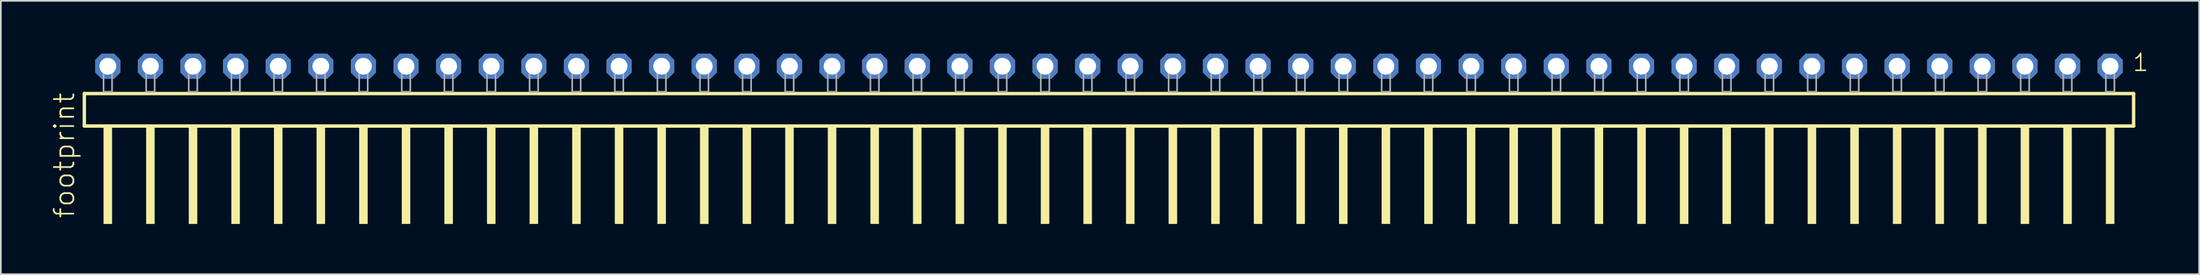
<source format=kicad_pcb>
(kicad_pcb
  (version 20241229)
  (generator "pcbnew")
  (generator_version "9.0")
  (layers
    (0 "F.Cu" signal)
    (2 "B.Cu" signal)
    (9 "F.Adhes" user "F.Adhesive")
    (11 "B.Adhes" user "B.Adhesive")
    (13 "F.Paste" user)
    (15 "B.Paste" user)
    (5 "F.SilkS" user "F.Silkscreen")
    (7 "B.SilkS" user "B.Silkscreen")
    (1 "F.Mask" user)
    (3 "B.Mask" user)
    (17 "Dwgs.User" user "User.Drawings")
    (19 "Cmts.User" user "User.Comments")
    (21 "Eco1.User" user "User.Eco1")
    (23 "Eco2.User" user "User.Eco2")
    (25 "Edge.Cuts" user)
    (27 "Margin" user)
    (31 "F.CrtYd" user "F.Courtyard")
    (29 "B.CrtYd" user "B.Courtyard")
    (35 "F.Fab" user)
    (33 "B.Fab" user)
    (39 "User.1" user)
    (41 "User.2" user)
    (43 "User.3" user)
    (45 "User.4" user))
  (footprint "footprint"
    (layer "F.Cu")
    (at 63.068 2.428)
    (property "Reference" "footprint" (at -61.595 7.62 90) (layer "F.SilkS") (effects (font (size 1.168 1.168) (thickness 0.102)) (justify left bottom)))
    (fp_line (start -61.089 0.106) (end -61.089 2.046) (stroke (width 0.203) (type solid)) (layer "F.SilkS"))
    (fp_line (start -61.089 2.046) (end 61.089 2.046) (stroke (width 0.203) (type solid)) (layer "F.SilkS"))
    (fp_line (start 61.089 0.106) (end -61.089 0.106) (stroke (width 0.203) (type solid)) (layer "F.SilkS"))
    (fp_line (start 61.089 2.046) (end 61.089 0.106) (stroke (width 0.203) (type solid)) (layer "F.SilkS"))
    (fp_poly (pts (xy -59.944 7.89) (xy -59.436 7.89) (xy -59.436 2.04) (xy -59.944 2.04)) (stroke (width 0) (type solid)) (fill yes) (layer "F.SilkS"))
    (fp_poly (pts (xy -57.404 7.89) (xy -56.896 7.89) (xy -56.896 2.04) (xy -57.404 2.04)) (stroke (width 0) (type solid)) (fill yes) (layer "F.SilkS"))
    (fp_poly (pts (xy -54.864 7.89) (xy -54.356 7.89) (xy -54.356 2.04) (xy -54.864 2.04)) (stroke (width 0) (type solid)) (fill yes) (layer "F.SilkS"))
    (fp_poly (pts (xy -52.324 7.89) (xy -51.816 7.89) (xy -51.816 2.04) (xy -52.324 2.04)) (stroke (width 0) (type solid)) (fill yes) (layer "F.SilkS"))
    (fp_poly (pts (xy -49.784 7.89) (xy -49.276 7.89) (xy -49.276 2.04) (xy -49.784 2.04)) (stroke (width 0) (type solid)) (fill yes) (layer "F.SilkS"))
    (fp_poly (pts (xy -47.244 7.89) (xy -46.736 7.89) (xy -46.736 2.04) (xy -47.244 2.04)) (stroke (width 0) (type solid)) (fill yes) (layer "F.SilkS"))
    (fp_poly (pts (xy -44.704 7.89) (xy -44.196 7.89) (xy -44.196 2.04) (xy -44.704 2.04)) (stroke (width 0) (type solid)) (fill yes) (layer "F.SilkS"))
    (fp_poly (pts (xy -42.164 7.89) (xy -41.656 7.89) (xy -41.656 2.04) (xy -42.164 2.04)) (stroke (width 0) (type solid)) (fill yes) (layer "F.SilkS"))
    (fp_poly (pts (xy -39.624 7.89) (xy -39.116 7.89) (xy -39.116 2.04) (xy -39.624 2.04)) (stroke (width 0) (type solid)) (fill yes) (layer "F.SilkS"))
    (fp_poly (pts (xy -37.084 7.89) (xy -36.576 7.89) (xy -36.576 2.04) (xy -37.084 2.04)) (stroke (width 0) (type solid)) (fill yes) (layer "F.SilkS"))
    (fp_poly (pts (xy -34.544 7.89) (xy -34.036 7.89) (xy -34.036 2.04) (xy -34.544 2.04)) (stroke (width 0) (type solid)) (fill yes) (layer "F.SilkS"))
    (fp_poly (pts (xy -32.004 7.89) (xy -31.496 7.89) (xy -31.496 2.04) (xy -32.004 2.04)) (stroke (width 0) (type solid)) (fill yes) (layer "F.SilkS"))
    (fp_poly (pts (xy -29.464 7.89) (xy -28.956 7.89) (xy -28.956 2.04) (xy -29.464 2.04)) (stroke (width 0) (type solid)) (fill yes) (layer "F.SilkS"))
    (fp_poly (pts (xy -26.924 7.89) (xy -26.416 7.89) (xy -26.416 2.04) (xy -26.924 2.04)) (stroke (width 0) (type solid)) (fill yes) (layer "F.SilkS"))
    (fp_poly (pts (xy -24.384 7.89) (xy -23.876 7.89) (xy -23.876 2.04) (xy -24.384 2.04)) (stroke (width 0) (type solid)) (fill yes) (layer "F.SilkS"))
    (fp_poly (pts (xy -21.844 7.89) (xy -21.336 7.89) (xy -21.336 2.04) (xy -21.844 2.04)) (stroke (width 0) (type solid)) (fill yes) (layer "F.SilkS"))
    (fp_poly (pts (xy -19.304 7.89) (xy -18.796 7.89) (xy -18.796 2.04) (xy -19.304 2.04)) (stroke (width 0) (type solid)) (fill yes) (layer "F.SilkS"))
    (fp_poly (pts (xy -16.764 7.89) (xy -16.256 7.89) (xy -16.256 2.04) (xy -16.764 2.04)) (stroke (width 0) (type solid)) (fill yes) (layer "F.SilkS"))
    (fp_poly (pts (xy -14.224 7.89) (xy -13.716 7.89) (xy -13.716 2.04) (xy -14.224 2.04)) (stroke (width 0) (type solid)) (fill yes) (layer "F.SilkS"))
    (fp_poly (pts (xy -11.684 7.89) (xy -11.176 7.89) (xy -11.176 2.04) (xy -11.684 2.04)) (stroke (width 0) (type solid)) (fill yes) (layer "F.SilkS"))
    (fp_poly (pts (xy -9.144 7.89) (xy -8.636 7.89) (xy -8.636 2.04) (xy -9.144 2.04)) (stroke (width 0) (type solid)) (fill yes) (layer "F.SilkS"))
    (fp_poly (pts (xy -6.604 7.89) (xy -6.096 7.89) (xy -6.096 2.04) (xy -6.604 2.04)) (stroke (width 0) (type solid)) (fill yes) (layer "F.SilkS"))
    (fp_poly (pts (xy -4.064 7.89) (xy -3.556 7.89) (xy -3.556 2.04) (xy -4.064 2.04)) (stroke (width 0) (type solid)) (fill yes) (layer "F.SilkS"))
    (fp_poly (pts (xy -1.524 7.89) (xy -1.016 7.89) (xy -1.016 2.04) (xy -1.524 2.04)) (stroke (width 0) (type solid)) (fill yes) (layer "F.SilkS"))
    (fp_poly (pts (xy 1.016 7.89) (xy 1.524 7.89) (xy 1.524 2.04) (xy 1.016 2.04)) (stroke (width 0) (type solid)) (fill yes) (layer "F.SilkS"))
    (fp_poly (pts (xy 3.556 7.89) (xy 4.064 7.89) (xy 4.064 2.04) (xy 3.556 2.04)) (stroke (width 0) (type solid)) (fill yes) (layer "F.SilkS"))
    (fp_poly (pts (xy 6.096 7.89) (xy 6.604 7.89) (xy 6.604 2.04) (xy 6.096 2.04)) (stroke (width 0) (type solid)) (fill yes) (layer "F.SilkS"))
    (fp_poly (pts (xy 8.636 7.89) (xy 9.144 7.89) (xy 9.144 2.04) (xy 8.636 2.04)) (stroke (width 0) (type solid)) (fill yes) (layer "F.SilkS"))
    (fp_poly (pts (xy 11.176 7.89) (xy 11.684 7.89) (xy 11.684 2.04) (xy 11.176 2.04)) (stroke (width 0) (type solid)) (fill yes) (layer "F.SilkS"))
    (fp_poly (pts (xy 13.716 7.89) (xy 14.224 7.89) (xy 14.224 2.04) (xy 13.716 2.04)) (stroke (width 0) (type solid)) (fill yes) (layer "F.SilkS"))
    (fp_poly (pts (xy 16.256 7.89) (xy 16.764 7.89) (xy 16.764 2.04) (xy 16.256 2.04)) (stroke (width 0) (type solid)) (fill yes) (layer "F.SilkS"))
    (fp_poly (pts (xy 18.796 7.89) (xy 19.304 7.89) (xy 19.304 2.04) (xy 18.796 2.04)) (stroke (width 0) (type solid)) (fill yes) (layer "F.SilkS"))
    (fp_poly (pts (xy 21.336 7.89) (xy 21.844 7.89) (xy 21.844 2.04) (xy 21.336 2.04)) (stroke (width 0) (type solid)) (fill yes) (layer "F.SilkS"))
    (fp_poly (pts (xy 23.876 7.89) (xy 24.384 7.89) (xy 24.384 2.04) (xy 23.876 2.04)) (stroke (width 0) (type solid)) (fill yes) (layer "F.SilkS"))
    (fp_poly (pts (xy 26.416 7.89) (xy 26.924 7.89) (xy 26.924 2.04) (xy 26.416 2.04)) (stroke (width 0) (type solid)) (fill yes) (layer "F.SilkS"))
    (fp_poly (pts (xy 28.956 7.89) (xy 29.464 7.89) (xy 29.464 2.04) (xy 28.956 2.04)) (stroke (width 0) (type solid)) (fill yes) (layer "F.SilkS"))
    (fp_poly (pts (xy 31.496 7.89) (xy 32.004 7.89) (xy 32.004 2.04) (xy 31.496 2.04)) (stroke (width 0) (type solid)) (fill yes) (layer "F.SilkS"))
    (fp_poly (pts (xy 34.036 7.89) (xy 34.544 7.89) (xy 34.544 2.04) (xy 34.036 2.04)) (stroke (width 0) (type solid)) (fill yes) (layer "F.SilkS"))
    (fp_poly (pts (xy 36.576 7.89) (xy 37.084 7.89) (xy 37.084 2.04) (xy 36.576 2.04)) (stroke (width 0) (type solid)) (fill yes) (layer "F.SilkS"))
    (fp_poly (pts (xy 39.116 7.89) (xy 39.624 7.89) (xy 39.624 2.04) (xy 39.116 2.04)) (stroke (width 0) (type solid)) (fill yes) (layer "F.SilkS"))
    (fp_poly (pts (xy 41.656 7.89) (xy 42.164 7.89) (xy 42.164 2.04) (xy 41.656 2.04)) (stroke (width 0) (type solid)) (fill yes) (layer "F.SilkS"))
    (fp_poly (pts (xy 44.196 7.89) (xy 44.704 7.89) (xy 44.704 2.04) (xy 44.196 2.04)) (stroke (width 0) (type solid)) (fill yes) (layer "F.SilkS"))
    (fp_poly (pts (xy 46.736 7.89) (xy 47.244 7.89) (xy 47.244 2.04) (xy 46.736 2.04)) (stroke (width 0) (type solid)) (fill yes) (layer "F.SilkS"))
    (fp_poly (pts (xy 49.276 7.89) (xy 49.784 7.89) (xy 49.784 2.04) (xy 49.276 2.04)) (stroke (width 0) (type solid)) (fill yes) (layer "F.SilkS"))
    (fp_poly (pts (xy 51.816 7.89) (xy 52.324 7.89) (xy 52.324 2.04) (xy 51.816 2.04)) (stroke (width 0) (type solid)) (fill yes) (layer "F.SilkS"))
    (fp_poly (pts (xy 54.356 7.89) (xy 54.864 7.89) (xy 54.864 2.04) (xy 54.356 2.04)) (stroke (width 0) (type solid)) (fill yes) (layer "F.SilkS"))
    (fp_poly (pts (xy 56.896 7.89) (xy 57.404 7.89) (xy 57.404 2.04) (xy 56.896 2.04)) (stroke (width 0) (type solid)) (fill yes) (layer "F.SilkS"))
    (fp_poly (pts (xy 59.436 7.89) (xy 59.944 7.89) (xy 59.944 2.04) (xy 59.436 2.04)) (stroke (width 0) (type solid)) (fill yes) (layer "F.SilkS"))
    (fp_poly (pts (xy -59.944 0) (xy -59.436 0) (xy -59.436 -1.778) (xy -59.944 -1.778)) (stroke (width 0.1) (type solid)) (fill no) (layer "F.Fab"))
    (fp_poly (pts (xy -57.404 0) (xy -56.896 0) (xy -56.896 -1.778) (xy -57.404 -1.778)) (stroke (width 0.1) (type solid)) (fill no) (layer "F.Fab"))
    (fp_poly (pts (xy -54.864 0) (xy -54.356 0) (xy -54.356 -1.778) (xy -54.864 -1.778)) (stroke (width 0.1) (type solid)) (fill no) (layer "F.Fab"))
    (fp_poly (pts (xy -52.324 0) (xy -51.816 0) (xy -51.816 -1.778) (xy -52.324 -1.778)) (stroke (width 0.1) (type solid)) (fill no) (layer "F.Fab"))
    (fp_poly (pts (xy -49.784 0) (xy -49.276 0) (xy -49.276 -1.778) (xy -49.784 -1.778)) (stroke (width 0.1) (type solid)) (fill no) (layer "F.Fab"))
    (fp_poly (pts (xy -47.244 0) (xy -46.736 0) (xy -46.736 -1.778) (xy -47.244 -1.778)) (stroke (width 0.1) (type solid)) (fill no) (layer "F.Fab"))
    (fp_poly (pts (xy -44.704 0) (xy -44.196 0) (xy -44.196 -1.778) (xy -44.704 -1.778)) (stroke (width 0.1) (type solid)) (fill no) (layer "F.Fab"))
    (fp_poly (pts (xy -42.164 0) (xy -41.656 0) (xy -41.656 -1.778) (xy -42.164 -1.778)) (stroke (width 0.1) (type solid)) (fill no) (layer "F.Fab"))
    (fp_poly (pts (xy -39.624 0) (xy -39.116 0) (xy -39.116 -1.778) (xy -39.624 -1.778)) (stroke (width 0.1) (type solid)) (fill no) (layer "F.Fab"))
    (fp_poly (pts (xy -37.084 0) (xy -36.576 0) (xy -36.576 -1.778) (xy -37.084 -1.778)) (stroke (width 0.1) (type solid)) (fill no) (layer "F.Fab"))
    (fp_poly (pts (xy -34.544 0) (xy -34.036 0) (xy -34.036 -1.778) (xy -34.544 -1.778)) (stroke (width 0.1) (type solid)) (fill no) (layer "F.Fab"))
    (fp_poly (pts (xy -32.004 0) (xy -31.496 0) (xy -31.496 -1.778) (xy -32.004 -1.778)) (stroke (width 0.1) (type solid)) (fill no) (layer "F.Fab"))
    (fp_poly (pts (xy -29.464 0) (xy -28.956 0) (xy -28.956 -1.778) (xy -29.464 -1.778)) (stroke (width 0.1) (type solid)) (fill no) (layer "F.Fab"))
    (fp_poly (pts (xy -26.924 0) (xy -26.416 0) (xy -26.416 -1.778) (xy -26.924 -1.778)) (stroke (width 0.1) (type solid)) (fill no) (layer "F.Fab"))
    (fp_poly (pts (xy -24.384 0) (xy -23.876 0) (xy -23.876 -1.778) (xy -24.384 -1.778)) (stroke (width 0.1) (type solid)) (fill no) (layer "F.Fab"))
    (fp_poly (pts (xy -21.844 0) (xy -21.336 0) (xy -21.336 -1.778) (xy -21.844 -1.778)) (stroke (width 0.1) (type solid)) (fill no) (layer "F.Fab"))
    (fp_poly (pts (xy -19.304 0) (xy -18.796 0) (xy -18.796 -1.778) (xy -19.304 -1.778)) (stroke (width 0.1) (type solid)) (fill no) (layer "F.Fab"))
    (fp_poly (pts (xy -16.764 0) (xy -16.256 0) (xy -16.256 -1.778) (xy -16.764 -1.778)) (stroke (width 0.1) (type solid)) (fill no) (layer "F.Fab"))
    (fp_poly (pts (xy -14.224 0) (xy -13.716 0) (xy -13.716 -1.778) (xy -14.224 -1.778)) (stroke (width 0.1) (type solid)) (fill no) (layer "F.Fab"))
    (fp_poly (pts (xy -11.684 0) (xy -11.176 0) (xy -11.176 -1.778) (xy -11.684 -1.778)) (stroke (width 0.1) (type solid)) (fill no) (layer "F.Fab"))
    (fp_poly (pts (xy -9.144 0) (xy -8.636 0) (xy -8.636 -1.778) (xy -9.144 -1.778)) (stroke (width 0.1) (type solid)) (fill no) (layer "F.Fab"))
    (fp_poly (pts (xy -6.604 0) (xy -6.096 0) (xy -6.096 -1.778) (xy -6.604 -1.778)) (stroke (width 0.1) (type solid)) (fill no) (layer "F.Fab"))
    (fp_poly (pts (xy -4.064 0) (xy -3.556 0) (xy -3.556 -1.778) (xy -4.064 -1.778)) (stroke (width 0.1) (type solid)) (fill no) (layer "F.Fab"))
    (fp_poly (pts (xy -1.524 0) (xy -1.016 0) (xy -1.016 -1.778) (xy -1.524 -1.778)) (stroke (width 0.1) (type solid)) (fill no) (layer "F.Fab"))
    (fp_poly (pts (xy 1.016 0) (xy 1.524 0) (xy 1.524 -1.778) (xy 1.016 -1.778)) (stroke (width 0.1) (type solid)) (fill no) (layer "F.Fab"))
    (fp_poly (pts (xy 3.556 0) (xy 4.064 0) (xy 4.064 -1.778) (xy 3.556 -1.778)) (stroke (width 0.1) (type solid)) (fill no) (layer "F.Fab"))
    (fp_poly (pts (xy 6.096 0) (xy 6.604 0) (xy 6.604 -1.778) (xy 6.096 -1.778)) (stroke (width 0.1) (type solid)) (fill no) (layer "F.Fab"))
    (fp_poly (pts (xy 8.636 0) (xy 9.144 0) (xy 9.144 -1.778) (xy 8.636 -1.778)) (stroke (width 0.1) (type solid)) (fill no) (layer "F.Fab"))
    (fp_poly (pts (xy 11.176 0) (xy 11.684 0) (xy 11.684 -1.778) (xy 11.176 -1.778)) (stroke (width 0.1) (type solid)) (fill no) (layer "F.Fab"))
    (fp_poly (pts (xy 13.716 0) (xy 14.224 0) (xy 14.224 -1.778) (xy 13.716 -1.778)) (stroke (width 0.1) (type solid)) (fill no) (layer "F.Fab"))
    (fp_poly (pts (xy 16.256 0) (xy 16.764 0) (xy 16.764 -1.778) (xy 16.256 -1.778)) (stroke (width 0.1) (type solid)) (fill no) (layer "F.Fab"))
    (fp_poly (pts (xy 18.796 0) (xy 19.304 0) (xy 19.304 -1.778) (xy 18.796 -1.778)) (stroke (width 0.1) (type solid)) (fill no) (layer "F.Fab"))
    (fp_poly (pts (xy 21.336 0) (xy 21.844 0) (xy 21.844 -1.778) (xy 21.336 -1.778)) (stroke (width 0.1) (type solid)) (fill no) (layer "F.Fab"))
    (fp_poly (pts (xy 23.876 0) (xy 24.384 0) (xy 24.384 -1.778) (xy 23.876 -1.778)) (stroke (width 0.1) (type solid)) (fill no) (layer "F.Fab"))
    (fp_poly (pts (xy 26.416 0) (xy 26.924 0) (xy 26.924 -1.778) (xy 26.416 -1.778)) (stroke (width 0.1) (type solid)) (fill no) (layer "F.Fab"))
    (fp_poly (pts (xy 28.956 0) (xy 29.464 0) (xy 29.464 -1.778) (xy 28.956 -1.778)) (stroke (width 0.1) (type solid)) (fill no) (layer "F.Fab"))
    (fp_poly (pts (xy 31.496 0) (xy 32.004 0) (xy 32.004 -1.778) (xy 31.496 -1.778)) (stroke (width 0.1) (type solid)) (fill no) (layer "F.Fab"))
    (fp_poly (pts (xy 34.036 0) (xy 34.544 0) (xy 34.544 -1.778) (xy 34.036 -1.778)) (stroke (width 0.1) (type solid)) (fill no) (layer "F.Fab"))
    (fp_poly (pts (xy 36.576 0) (xy 37.084 0) (xy 37.084 -1.778) (xy 36.576 -1.778)) (stroke (width 0.1) (type solid)) (fill no) (layer "F.Fab"))
    (fp_poly (pts (xy 39.116 0) (xy 39.624 0) (xy 39.624 -1.778) (xy 39.116 -1.778)) (stroke (width 0.1) (type solid)) (fill no) (layer "F.Fab"))
    (fp_poly (pts (xy 41.656 0) (xy 42.164 0) (xy 42.164 -1.778) (xy 41.656 -1.778)) (stroke (width 0.1) (type solid)) (fill no) (layer "F.Fab"))
    (fp_poly (pts (xy 44.196 0) (xy 44.704 0) (xy 44.704 -1.778) (xy 44.196 -1.778)) (stroke (width 0.1) (type solid)) (fill no) (layer "F.Fab"))
    (fp_poly (pts (xy 46.736 0) (xy 47.244 0) (xy 47.244 -1.778) (xy 46.736 -1.778)) (stroke (width 0.1) (type solid)) (fill no) (layer "F.Fab"))
    (fp_poly (pts (xy 49.276 0) (xy 49.784 0) (xy 49.784 -1.778) (xy 49.276 -1.778)) (stroke (width 0.1) (type solid)) (fill no) (layer "F.Fab"))
    (fp_poly (pts (xy 51.816 0) (xy 52.324 0) (xy 52.324 -1.778) (xy 51.816 -1.778)) (stroke (width 0.1) (type solid)) (fill no) (layer "F.Fab"))
    (fp_poly (pts (xy 54.356 0) (xy 54.864 0) (xy 54.864 -1.778) (xy 54.356 -1.778)) (stroke (width 0.1) (type solid)) (fill no) (layer "F.Fab"))
    (fp_poly (pts (xy 56.896 0) (xy 57.404 0) (xy 57.404 -1.778) (xy 56.896 -1.778)) (stroke (width 0.1) (type solid)) (fill no) (layer "F.Fab"))
    (fp_poly (pts (xy 59.436 0) (xy 59.944 0) (xy 59.944 -1.778) (xy 59.436 -1.778)) (stroke (width 0.1) (type solid)) (fill no) (layer "F.Fab"))
    (fp_text user "1" (at 60.972 -1.152 0) (layer "F.SilkS") (effects (font (size 1.012 1.012) (thickness 0.088)) (justify left bottom)))
    (pad "1" thru_hole roundrect (at 59.69 -1.524 180) (size 1.5 1.5) (drill 1) (layers "*.Cu" "*.Mask") (roundrect_rratio 0.25) (chamfer_ratio 0.25) (chamfer top_left top_right bottom_left bottom_right))
    (pad "2" thru_hole roundrect (at 57.15 -1.524 180) (size 1.5 1.5) (drill 1) (layers "*.Cu" "*.Mask") (roundrect_rratio 0.25) (chamfer_ratio 0.25) (chamfer top_left top_right bottom_left bottom_right))
    (pad "3" thru_hole roundrect (at 54.61 -1.524 180) (size 1.5 1.5) (drill 1) (layers "*.Cu" "*.Mask") (roundrect_rratio 0.25) (chamfer_ratio 0.25) (chamfer top_left top_right bottom_left bottom_right))
    (pad "4" thru_hole roundrect (at 52.07 -1.524 180) (size 1.5 1.5) (drill 1) (layers "*.Cu" "*.Mask") (roundrect_rratio 0.25) (chamfer_ratio 0.25) (chamfer top_left top_right bottom_left bottom_right))
    (pad "5" thru_hole roundrect (at 49.53 -1.524 180) (size 1.5 1.5) (drill 1) (layers "*.Cu" "*.Mask") (roundrect_rratio 0.25) (chamfer_ratio 0.25) (chamfer top_left top_right bottom_left bottom_right))
    (pad "6" thru_hole roundrect (at 46.99 -1.524 180) (size 1.5 1.5) (drill 1) (layers "*.Cu" "*.Mask") (roundrect_rratio 0.25) (chamfer_ratio 0.25) (chamfer top_left top_right bottom_left bottom_right))
    (pad "7" thru_hole roundrect (at 44.45 -1.524 180) (size 1.5 1.5) (drill 1) (layers "*.Cu" "*.Mask") (roundrect_rratio 0.25) (chamfer_ratio 0.25) (chamfer top_left top_right bottom_left bottom_right))
    (pad "8" thru_hole roundrect (at 41.91 -1.524 180) (size 1.5 1.5) (drill 1) (layers "*.Cu" "*.Mask") (roundrect_rratio 0.25) (chamfer_ratio 0.25) (chamfer top_left top_right bottom_left bottom_right))
    (pad "9" thru_hole roundrect (at 39.37 -1.524 180) (size 1.5 1.5) (drill 1) (layers "*.Cu" "*.Mask") (roundrect_rratio 0.25) (chamfer_ratio 0.25) (chamfer top_left top_right bottom_left bottom_right))
    (pad "10" thru_hole roundrect (at 36.83 -1.524 180) (size 1.5 1.5) (drill 1) (layers "*.Cu" "*.Mask") (roundrect_rratio 0.25) (chamfer_ratio 0.25) (chamfer top_left top_right bottom_left bottom_right))
    (pad "11" thru_hole roundrect (at 34.29 -1.524 180) (size 1.5 1.5) (drill 1) (layers "*.Cu" "*.Mask") (roundrect_rratio 0.25) (chamfer_ratio 0.25) (chamfer top_left top_right bottom_left bottom_right))
    (pad "12" thru_hole roundrect (at 31.75 -1.524 180) (size 1.5 1.5) (drill 1) (layers "*.Cu" "*.Mask") (roundrect_rratio 0.25) (chamfer_ratio 0.25) (chamfer top_left top_right bottom_left bottom_right))
    (pad "13" thru_hole roundrect (at 29.21 -1.524 180) (size 1.5 1.5) (drill 1) (layers "*.Cu" "*.Mask") (roundrect_rratio 0.25) (chamfer_ratio 0.25) (chamfer top_left top_right bottom_left bottom_right))
    (pad "14" thru_hole roundrect (at 26.67 -1.524 180) (size 1.5 1.5) (drill 1) (layers "*.Cu" "*.Mask") (roundrect_rratio 0.25) (chamfer_ratio 0.25) (chamfer top_left top_right bottom_left bottom_right))
    (pad "15" thru_hole roundrect (at 24.13 -1.524 180) (size 1.5 1.5) (drill 1) (layers "*.Cu" "*.Mask") (roundrect_rratio 0.25) (chamfer_ratio 0.25) (chamfer top_left top_right bottom_left bottom_right))
    (pad "16" thru_hole roundrect (at 21.59 -1.524 180) (size 1.5 1.5) (drill 1) (layers "*.Cu" "*.Mask") (roundrect_rratio 0.25) (chamfer_ratio 0.25) (chamfer top_left top_right bottom_left bottom_right))
    (pad "17" thru_hole roundrect (at 19.05 -1.524 180) (size 1.5 1.5) (drill 1) (layers "*.Cu" "*.Mask") (roundrect_rratio 0.25) (chamfer_ratio 0.25) (chamfer top_left top_right bottom_left bottom_right))
    (pad "18" thru_hole roundrect (at 16.51 -1.524 180) (size 1.5 1.5) (drill 1) (layers "*.Cu" "*.Mask") (roundrect_rratio 0.25) (chamfer_ratio 0.25) (chamfer top_left top_right bottom_left bottom_right))
    (pad "19" thru_hole roundrect (at 13.97 -1.524 180) (size 1.5 1.5) (drill 1) (layers "*.Cu" "*.Mask") (roundrect_rratio 0.25) (chamfer_ratio 0.25) (chamfer top_left top_right bottom_left bottom_right))
    (pad "20" thru_hole roundrect (at 11.43 -1.524 180) (size 1.5 1.5) (drill 1) (layers "*.Cu" "*.Mask") (roundrect_rratio 0.25) (chamfer_ratio 0.25) (chamfer top_left top_right bottom_left bottom_right))
    (pad "21" thru_hole roundrect (at 8.89 -1.524 180) (size 1.5 1.5) (drill 1) (layers "*.Cu" "*.Mask") (roundrect_rratio 0.25) (chamfer_ratio 0.25) (chamfer top_left top_right bottom_left bottom_right))
    (pad "22" thru_hole roundrect (at 6.35 -1.524 180) (size 1.5 1.5) (drill 1) (layers "*.Cu" "*.Mask") (roundrect_rratio 0.25) (chamfer_ratio 0.25) (chamfer top_left top_right bottom_left bottom_right))
    (pad "23" thru_hole roundrect (at 3.81 -1.524 180) (size 1.5 1.5) (drill 1) (layers "*.Cu" "*.Mask") (roundrect_rratio 0.25) (chamfer_ratio 0.25) (chamfer top_left top_right bottom_left bottom_right))
    (pad "24" thru_hole roundrect (at 1.27 -1.524 180) (size 1.5 1.5) (drill 1) (layers "*.Cu" "*.Mask") (roundrect_rratio 0.25) (chamfer_ratio 0.25) (chamfer top_left top_right bottom_left bottom_right))
    (pad "25" thru_hole roundrect (at -1.27 -1.524 180) (size 1.5 1.5) (drill 1) (layers "*.Cu" "*.Mask") (roundrect_rratio 0.25) (chamfer_ratio 0.25) (chamfer top_left top_right bottom_left bottom_right))
    (pad "26" thru_hole roundrect (at -3.81 -1.524 180) (size 1.5 1.5) (drill 1) (layers "*.Cu" "*.Mask") (roundrect_rratio 0.25) (chamfer_ratio 0.25) (chamfer top_left top_right bottom_left bottom_right))
    (pad "27" thru_hole roundrect (at -6.35 -1.524 180) (size 1.5 1.5) (drill 1) (layers "*.Cu" "*.Mask") (roundrect_rratio 0.25) (chamfer_ratio 0.25) (chamfer top_left top_right bottom_left bottom_right))
    (pad "28" thru_hole roundrect (at -8.89 -1.524 180) (size 1.5 1.5) (drill 1) (layers "*.Cu" "*.Mask") (roundrect_rratio 0.25) (chamfer_ratio 0.25) (chamfer top_left top_right bottom_left bottom_right))
    (pad "29" thru_hole roundrect (at -11.43 -1.524 180) (size 1.5 1.5) (drill 1) (layers "*.Cu" "*.Mask") (roundrect_rratio 0.25) (chamfer_ratio 0.25) (chamfer top_left top_right bottom_left bottom_right))
    (pad "30" thru_hole roundrect (at -13.97 -1.524 180) (size 1.5 1.5) (drill 1) (layers "*.Cu" "*.Mask") (roundrect_rratio 0.25) (chamfer_ratio 0.25) (chamfer top_left top_right bottom_left bottom_right))
    (pad "31" thru_hole roundrect (at -16.51 -1.524 180) (size 1.5 1.5) (drill 1) (layers "*.Cu" "*.Mask") (roundrect_rratio 0.25) (chamfer_ratio 0.25) (chamfer top_left top_right bottom_left bottom_right))
    (pad "32" thru_hole roundrect (at -19.05 -1.524 180) (size 1.5 1.5) (drill 1) (layers "*.Cu" "*.Mask") (roundrect_rratio 0.25) (chamfer_ratio 0.25) (chamfer top_left top_right bottom_left bottom_right))
    (pad "33" thru_hole roundrect (at -21.59 -1.524 180) (size 1.5 1.5) (drill 1) (layers "*.Cu" "*.Mask") (roundrect_rratio 0.25) (chamfer_ratio 0.25) (chamfer top_left top_right bottom_left bottom_right))
    (pad "34" thru_hole roundrect (at -24.13 -1.524 180) (size 1.5 1.5) (drill 1) (layers "*.Cu" "*.Mask") (roundrect_rratio 0.25) (chamfer_ratio 0.25) (chamfer top_left top_right bottom_left bottom_right))
    (pad "35" thru_hole roundrect (at -26.67 -1.524 180) (size 1.5 1.5) (drill 1) (layers "*.Cu" "*.Mask") (roundrect_rratio 0.25) (chamfer_ratio 0.25) (chamfer top_left top_right bottom_left bottom_right))
    (pad "36" thru_hole roundrect (at -29.21 -1.524 180) (size 1.5 1.5) (drill 1) (layers "*.Cu" "*.Mask") (roundrect_rratio 0.25) (chamfer_ratio 0.25) (chamfer top_left top_right bottom_left bottom_right))
    (pad "37" thru_hole roundrect (at -31.75 -1.524 180) (size 1.5 1.5) (drill 1) (layers "*.Cu" "*.Mask") (roundrect_rratio 0.25) (chamfer_ratio 0.25) (chamfer top_left top_right bottom_left bottom_right))
    (pad "38" thru_hole roundrect (at -34.29 -1.524 180) (size 1.5 1.5) (drill 1) (layers "*.Cu" "*.Mask") (roundrect_rratio 0.25) (chamfer_ratio 0.25) (chamfer top_left top_right bottom_left bottom_right))
    (pad "39" thru_hole roundrect (at -36.83 -1.524 180) (size 1.5 1.5) (drill 1) (layers "*.Cu" "*.Mask") (roundrect_rratio 0.25) (chamfer_ratio 0.25) (chamfer top_left top_right bottom_left bottom_right))
    (pad "40" thru_hole roundrect (at -39.37 -1.524 180) (size 1.5 1.5) (drill 1) (layers "*.Cu" "*.Mask") (roundrect_rratio 0.25) (chamfer_ratio 0.25) (chamfer top_left top_right bottom_left bottom_right))
    (pad "41" thru_hole roundrect (at -41.91 -1.524 180) (size 1.5 1.5) (drill 1) (layers "*.Cu" "*.Mask") (roundrect_rratio 0.25) (chamfer_ratio 0.25) (chamfer top_left top_right bottom_left bottom_right))
    (pad "42" thru_hole roundrect (at -44.45 -1.524 180) (size 1.5 1.5) (drill 1) (layers "*.Cu" "*.Mask") (roundrect_rratio 0.25) (chamfer_ratio 0.25) (chamfer top_left top_right bottom_left bottom_right))
    (pad "43" thru_hole roundrect (at -46.99 -1.524 180) (size 1.5 1.5) (drill 1) (layers "*.Cu" "*.Mask") (roundrect_rratio 0.25) (chamfer_ratio 0.25) (chamfer top_left top_right bottom_left bottom_right))
    (pad "44" thru_hole roundrect (at -49.53 -1.524 180) (size 1.5 1.5) (drill 1) (layers "*.Cu" "*.Mask") (roundrect_rratio 0.25) (chamfer_ratio 0.25) (chamfer top_left top_right bottom_left bottom_right))
    (pad "45" thru_hole roundrect (at -52.07 -1.524 180) (size 1.5 1.5) (drill 1) (layers "*.Cu" "*.Mask") (roundrect_rratio 0.25) (chamfer_ratio 0.25) (chamfer top_left top_right bottom_left bottom_right))
    (pad "46" thru_hole roundrect (at -54.61 -1.524 180) (size 1.5 1.5) (drill 1) (layers "*.Cu" "*.Mask") (roundrect_rratio 0.25) (chamfer_ratio 0.25) (chamfer top_left top_right bottom_left bottom_right))
    (pad "47" thru_hole roundrect (at -57.15 -1.524 180) (size 1.5 1.5) (drill 1) (layers "*.Cu" "*.Mask") (roundrect_rratio 0.25) (chamfer_ratio 0.25) (chamfer top_left top_right bottom_left bottom_right))
    (pad "48" thru_hole roundrect (at -59.69 -1.524 180) (size 1.5 1.5) (drill 1) (layers "*.Cu" "*.Mask") (roundrect_rratio 0.25) (chamfer_ratio 0.25) (chamfer top_left top_right bottom_left bottom_right)))
  (gr_rect
    (start -3 -3)
    (end 128.066 13.318)
    (stroke (width 0.1) (type default))
    (fill no)
    (layer "Edge.Cuts")))
</source>
